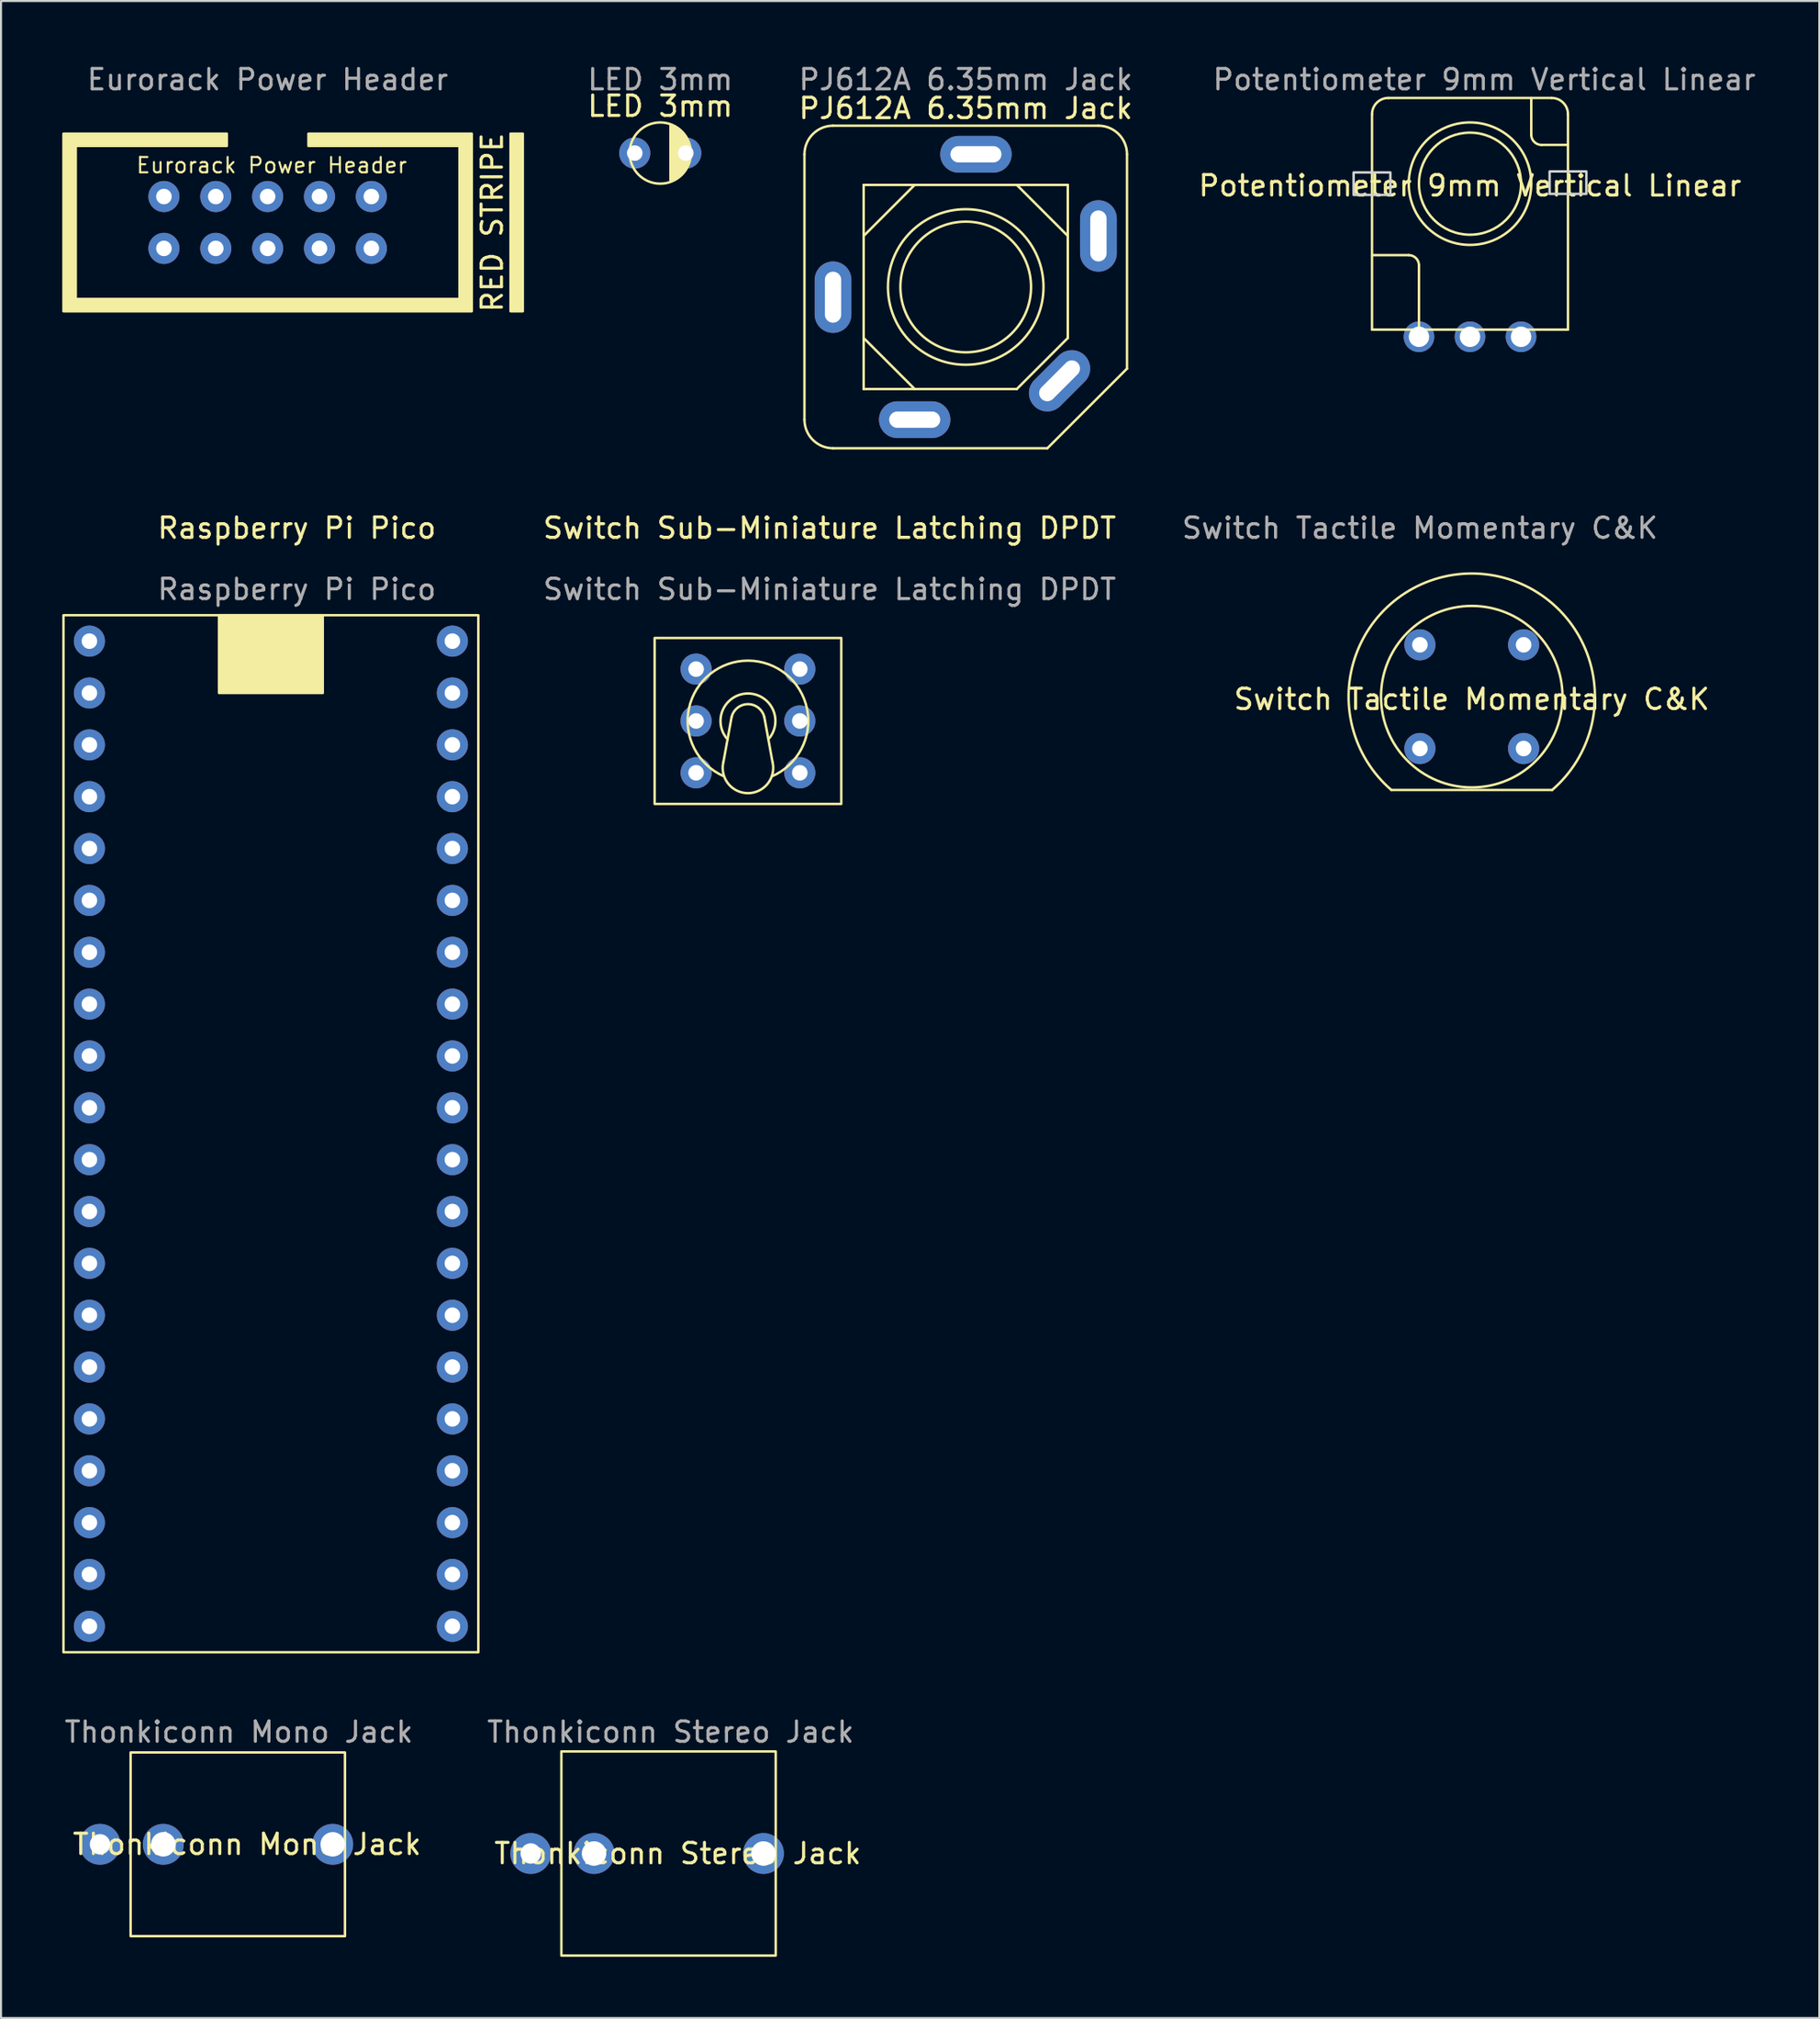
<source format=kicad_pcb>
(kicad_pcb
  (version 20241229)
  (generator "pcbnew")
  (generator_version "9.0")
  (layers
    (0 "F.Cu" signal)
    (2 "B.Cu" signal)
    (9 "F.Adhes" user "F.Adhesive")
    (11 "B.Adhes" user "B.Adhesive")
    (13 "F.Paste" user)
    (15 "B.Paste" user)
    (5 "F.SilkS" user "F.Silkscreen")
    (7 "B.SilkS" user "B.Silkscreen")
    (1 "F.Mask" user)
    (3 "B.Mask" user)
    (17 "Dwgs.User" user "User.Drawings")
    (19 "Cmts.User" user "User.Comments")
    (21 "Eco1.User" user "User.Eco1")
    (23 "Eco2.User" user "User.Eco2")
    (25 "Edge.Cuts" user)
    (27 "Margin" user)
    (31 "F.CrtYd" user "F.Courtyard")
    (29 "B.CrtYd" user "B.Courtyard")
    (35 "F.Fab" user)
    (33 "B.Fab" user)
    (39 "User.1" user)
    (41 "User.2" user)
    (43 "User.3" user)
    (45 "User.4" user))
  (footprint "PJ612A 6.35mm Jack"
    (layer "F.Cu")
    (at 44.257 11.008)
    (property "Reference" "PJ612A 6.35mm Jack" (at 0 -8.75 0) (unlocked yes) (layer "F.SilkS") (effects (font (size 1 1) (thickness 0.15))))
    (attr through_hole)
    (fp_line (start -7.9 6.5) (end -7.9 -6.5) (stroke (width 0.12) (type solid)) (layer "F.SilkS"))
    (fp_line (start -6.5 -7.9) (end 6.5 -7.9) (stroke (width 0.12) (type solid)) (layer "F.SilkS"))
    (fp_line (start -5 -5) (end 5 -5) (stroke (width 0.12) (type solid)) (layer "F.SilkS"))
    (fp_line (start -5 2.5) (end -2.5 5) (stroke (width 0.12) (type solid)) (layer "F.SilkS"))
    (fp_line (start -5 5) (end -5 -5) (stroke (width 0.12) (type solid)) (layer "F.SilkS"))
    (fp_line (start -2.5 -5) (end -5 -2.5) (stroke (width 0.12) (type solid)) (layer "F.SilkS"))
    (fp_line (start 2.5 5) (end -5 5) (stroke (width 0.12) (type solid)) (layer "F.SilkS"))
    (fp_line (start 4 7.9) (end -6.5 7.9) (stroke (width 0.12) (type solid)) (layer "F.SilkS"))
    (fp_line (start 5 -5) (end 5 -2.5) (stroke (width 0.12) (type solid)) (layer "F.SilkS"))
    (fp_line (start 5 -2.5) (end 2.5 -5) (stroke (width 0.12) (type solid)) (layer "F.SilkS"))
    (fp_line (start 5 -2.5) (end 5 2.5) (stroke (width 0.12) (type solid)) (layer "F.SilkS"))
    (fp_line (start 5 2.5) (end 2.5 5) (stroke (width 0.12) (type solid)) (layer "F.SilkS"))
    (fp_line (start 7.9 -6.5) (end 7.9 4) (stroke (width 0.12) (type solid)) (layer "F.SilkS"))
    (fp_line (start 7.9 4) (end 4 7.9) (stroke (width 0.12) (type solid)) (layer "F.SilkS"))
    (fp_arc (start -7.9 -6.5) (mid -7.489949 -7.489949) (end -6.5 -7.9) (stroke (width 0.12) (type solid)) (layer "F.SilkS"))
    (fp_arc (start -6.5 7.9) (mid -7.489949 7.489949) (end -7.9 6.5) (stroke (width 0.12) (type solid)) (layer "F.SilkS"))
    (fp_arc (start 6.5 -7.9) (mid 7.489949 -7.489949) (end 7.9 -6.5) (stroke (width 0.12) (type solid)) (layer "F.SilkS"))
    (fp_circle (center 0 0) (end 3.2 0) (stroke (width 0.12) (type solid)) (fill no) (layer "F.SilkS"))
    (fp_circle (center 0 0) (end 3.81 0) (stroke (width 0.12) (type solid)) (fill no) (layer "F.SilkS"))
    (fp_text user "${REFERENCE}" (at 0 -10.16 0) (unlocked yes) (layer "F.Fab") (effects (font (size 1 1) (thickness 0.15))))
    (pad "1" thru_hole oval (at 4.596 4.596 45) (size 3.5 1.8) (drill oval 2.5 0.8) (layers "*.Cu" "*.Mask"))
    (pad "2" thru_hole oval (at 0.5 -6.5) (size 3.5 1.8) (drill oval 2.5 0.8) (layers "*.Cu" "*.Mask"))
    (pad "3" thru_hole oval (at -6.5 0.5 90) (size 3.5 1.8) (drill oval 2.5 0.8) (layers "*.Cu" "*.Mask"))
    (pad "4" thru_hole oval (at 6.5 -2.5 90) (size 3.5 1.8) (drill oval 2.5 0.8) (layers "*.Cu" "*.Mask"))
    (pad "5" thru_hole oval (at -2.5 6.5) (size 3.5 1.8) (drill oval 2.5 0.8) (layers "*.Cu" "*.Mask")))
  (footprint "LED 3mm"
    (layer "F.Cu")
    (at 29.293 4.448)
    (property "Reference" "LED 3mm" (at 0 -2.3 0) (unlocked yes) (layer "F.SilkS") (effects (font (size 1 1) (thickness 0.15))))
    (attr through_hole)
    (fp_circle (center 0 0) (end 0 -1.5) (stroke (width 0.12) (type solid)) (fill no) (layer "F.SilkS"))
    (fp_poly (pts (xy 1.4 0.2) (xy 1.3 0.7) (xy 0.9 1.1) (xy 0.5 1.4) (xy 0.5 -1.4) (xy 0.8 -1.2) (xy 1.1 -0.9) (xy 1.4 -0.4)) (stroke (width 0.12) (type solid)) (fill yes) (layer "F.SilkS"))
    (fp_text user "${REFERENCE}" (at 0 -3.6 0) (unlocked yes) (layer "F.Fab") (effects (font (size 1 1) (thickness 0.15))))
    (pad "1" thru_hole circle (at -1.25 0) (size 1.524 1.524) (drill 0.762) (layers "*.Cu" "*.Mask"))
    (pad "2" thru_hole circle (at 1.25 0) (size 1.524 1.524) (drill 0.762) (layers "*.Cu" "*.Mask")))
  (footprint "Eurorack Power Header"
    (layer "F.Cu")
    (at 10.06 7.848)
    (property "Reference" "Eurorack Power Header" (at 0.2 -2.8 0) (unlocked yes) (layer "F.SilkS") (effects (font (size 0.75 0.75) (thickness 0.1))))
    (attr through_hole)
    (fp_rect (start 11.9 -4.35) (end 12.5 4.35) (stroke (width 0.12) (type solid)) (fill yes) (layer "F.SilkS"))
    (fp_poly (pts (xy -10 4.35) (xy 10 4.35) (xy 10 -4.35) (xy 2 -4.35) (xy 2 -3.75) (xy 9.4 -3.75) (xy 9.4 3.75) (xy -9.4 3.75) (xy -9.4 -3.75) (xy -2 -3.75) (xy -2 -4.35) (xy -10 -4.35)) (stroke (width 0.12) (type solid)) (fill yes) (layer "F.SilkS"))
    (fp_text user "RED STRIPE" (at 11 0 90) (unlocked yes) (layer "F.SilkS") (effects (font (size 1 1) (thickness 0.15))))
    (fp_text user "${REFERENCE}" (at 0 -7 0) (unlocked yes) (layer "F.Fab") (effects (font (size 1 1) (thickness 0.15))))
    (pad "1" thru_hole circle (at 5.08 -1.27) (size 1.524 1.524) (drill 0.762) (layers "*.Cu" "*.Mask"))
    (pad "2" thru_hole circle (at 5.08 1.27) (size 1.524 1.524) (drill 0.762) (layers "*.Cu" "*.Mask"))
    (pad "3" thru_hole circle (at 2.54 -1.27) (size 1.524 1.524) (drill 0.762) (layers "*.Cu" "*.Mask"))
    (pad "4" thru_hole circle (at 2.54 1.27) (size 1.524 1.524) (drill 0.762) (layers "*.Cu" "*.Mask"))
    (pad "5" thru_hole circle (at 0 -1.27) (size 1.524 1.524) (drill 0.762) (layers "*.Cu" "*.Mask"))
    (pad "6" thru_hole circle (at 0 1.27) (size 1.524 1.524) (drill 0.762) (layers "*.Cu" "*.Mask"))
    (pad "7" thru_hole circle (at -2.54 -1.27) (size 1.524 1.524) (drill 0.762) (layers "*.Cu" "*.Mask"))
    (pad "8" thru_hole circle (at -2.54 1.27) (size 1.524 1.524) (drill 0.762) (layers "*.Cu" "*.Mask"))
    (pad "9" thru_hole circle (at -5.08 -1.27) (size 1.524 1.524) (drill 0.762) (layers "*.Cu" "*.Mask"))
    (pad "10" thru_hole circle (at -5.08 1.27) (size 1.524 1.524) (drill 0.762) (layers "*.Cu" "*.Mask")))
  (footprint "Raspberry Pi Pico"
    (layer "F.Cu")
    (at 1.33 28.357)
    (property "Reference" "Raspberry Pi Pico" (at 10.16 -5.54 0) (unlocked yes) (layer "F.SilkS") (effects (font (size 1 1) (thickness 0.15))))
    (attr through_hole)
    (fp_rect (start -1.27 -1.27) (end 19.05 49.53) (stroke (width 0.12) (type solid)) (fill no) (layer "F.SilkS"))
    (fp_rect (start 6.35 -1.27) (end 11.43 2.54) (stroke (width 0.12) (type solid)) (fill yes) (layer "F.SilkS"))
    (fp_text user "${REFERENCE}" (at 10.16 -2.54 0) (unlocked yes) (layer "F.Fab") (effects (font (size 1 1) (thickness 0.15))))
    (pad "1" thru_hole circle (at 0 0) (size 1.524 1.524) (drill 0.762) (layers "*.Cu" "*.Mask"))
    (pad "2" thru_hole circle (at 0 2.54) (size 1.524 1.524) (drill 0.762) (layers "*.Cu" "*.Mask"))
    (pad "3" thru_hole circle (at 0 5.08) (size 1.524 1.524) (drill 0.762) (layers "*.Cu" "*.Mask"))
    (pad "4" thru_hole circle (at 0 7.62) (size 1.524 1.524) (drill 0.762) (layers "*.Cu" "*.Mask"))
    (pad "5" thru_hole circle (at 0 10.16) (size 1.524 1.524) (drill 0.762) (layers "*.Cu" "*.Mask"))
    (pad "6" thru_hole circle (at 0 12.7) (size 1.524 1.524) (drill 0.762) (layers "*.Cu" "*.Mask"))
    (pad "7" thru_hole circle (at 0 15.24) (size 1.524 1.524) (drill 0.762) (layers "*.Cu" "*.Mask"))
    (pad "8" thru_hole circle (at 0 17.78) (size 1.524 1.524) (drill 0.762) (layers "*.Cu" "*.Mask"))
    (pad "9" thru_hole circle (at 0 20.32) (size 1.524 1.524) (drill 0.762) (layers "*.Cu" "*.Mask"))
    (pad "10" thru_hole circle (at 0 22.86) (size 1.524 1.524) (drill 0.762) (layers "*.Cu" "*.Mask"))
    (pad "11" thru_hole circle (at 0 25.4) (size 1.524 1.524) (drill 0.762) (layers "*.Cu" "*.Mask"))
    (pad "12" thru_hole circle (at 0 27.94) (size 1.524 1.524) (drill 0.762) (layers "*.Cu" "*.Mask"))
    (pad "13" thru_hole circle (at 0 30.48) (size 1.524 1.524) (drill 0.762) (layers "*.Cu" "*.Mask"))
    (pad "14" thru_hole circle (at 0 33.02) (size 1.524 1.524) (drill 0.762) (layers "*.Cu" "*.Mask"))
    (pad "15" thru_hole circle (at 0 35.56) (size 1.524 1.524) (drill 0.762) (layers "*.Cu" "*.Mask"))
    (pad "16" thru_hole circle (at 0 38.1) (size 1.524 1.524) (drill 0.762) (layers "*.Cu" "*.Mask"))
    (pad "17" thru_hole circle (at 0 40.64) (size 1.524 1.524) (drill 0.762) (layers "*.Cu" "*.Mask"))
    (pad "18" thru_hole circle (at 0 43.18) (size 1.524 1.524) (drill 0.762) (layers "*.Cu" "*.Mask"))
    (pad "19" thru_hole circle (at 0 45.72) (size 1.524 1.524) (drill 0.762) (layers "*.Cu" "*.Mask"))
    (pad "20" thru_hole circle (at 0 48.26) (size 1.524 1.524) (drill 0.762) (layers "*.Cu" "*.Mask"))
    (pad "21" thru_hole circle (at 17.78 48.26) (size 1.524 1.524) (drill 0.762) (layers "*.Cu" "*.Mask"))
    (pad "22" thru_hole circle (at 17.78 45.72) (size 1.524 1.524) (drill 0.762) (layers "*.Cu" "*.Mask"))
    (pad "23" thru_hole circle (at 17.78 43.18) (size 1.524 1.524) (drill 0.762) (layers "*.Cu" "*.Mask"))
    (pad "24" thru_hole circle (at 17.78 40.64) (size 1.524 1.524) (drill 0.762) (layers "*.Cu" "*.Mask"))
    (pad "25" thru_hole circle (at 17.78 38.1) (size 1.524 1.524) (drill 0.762) (layers "*.Cu" "*.Mask"))
    (pad "26" thru_hole circle (at 17.78 35.56) (size 1.524 1.524) (drill 0.762) (layers "*.Cu" "*.Mask"))
    (pad "27" thru_hole circle (at 17.78 33.02) (size 1.524 1.524) (drill 0.762) (layers "*.Cu" "*.Mask"))
    (pad "28" thru_hole circle (at 17.78 30.48) (size 1.524 1.524) (drill 0.762) (layers "*.Cu" "*.Mask"))
    (pad "29" thru_hole circle (at 17.78 27.94) (size 1.524 1.524) (drill 0.762) (layers "*.Cu" "*.Mask"))
    (pad "30" thru_hole circle (at 17.78 25.4) (size 1.524 1.524) (drill 0.762) (layers "*.Cu" "*.Mask"))
    (pad "31" thru_hole circle (at 17.78 22.86) (size 1.524 1.524) (drill 0.762) (layers "*.Cu" "*.Mask"))
    (pad "32" thru_hole circle (at 17.78 20.32) (size 1.524 1.524) (drill 0.762) (layers "*.Cu" "*.Mask"))
    (pad "33" thru_hole circle (at 17.78 17.78) (size 1.524 1.524) (drill 0.762) (layers "*.Cu" "*.Mask"))
    (pad "34" thru_hole circle (at 17.78 15.24) (size 1.524 1.524) (drill 0.762) (layers "*.Cu" "*.Mask"))
    (pad "35" thru_hole circle (at 17.78 12.7) (size 1.524 1.524) (drill 0.762) (layers "*.Cu" "*.Mask"))
    (pad "36" thru_hole circle (at 17.78 10.16) (size 1.524 1.524) (drill 0.762) (layers "*.Cu" "*.Mask"))
    (pad "37" thru_hole circle (at 17.78 7.62) (size 1.524 1.524) (drill 0.762) (layers "*.Cu" "*.Mask"))
    (pad "38" thru_hole circle (at 17.78 5.08) (size 1.524 1.524) (drill 0.762) (layers "*.Cu" "*.Mask"))
    (pad "39" thru_hole circle (at 17.78 2.54) (size 1.524 1.524) (drill 0.762) (layers "*.Cu" "*.Mask"))
    (pad "40" thru_hole circle (at 17.78 0) (size 1.524 1.524) (drill 0.762) (layers "*.Cu" "*.Mask")))
  (footprint "Thonkiconn Stereo Jack"
    (layer "F.Cu")
    (at 28.949 87.745)
    (property "Reference" "Thonkiconn Stereo Jack" (at 1.2 0 0) (unlocked yes) (layer "F.SilkS") (effects (font (size 1 1) (thickness 0.15))))
    (attr through_hole)
    (fp_rect (start -4.5 5) (end 6 -5) (stroke (width 0.12) (type solid)) (fill no) (layer "F.SilkS"))
    (fp_text user "${REFERENCE}" (at 0.85 -5.95 0) (unlocked yes) (layer "F.Fab") (effects (font (size 1 1) (thickness 0.15))))
    (pad "1" thru_hole circle (at -6 0) (size 2 2) (drill 1) (layers "*.Cu" "*.Mask"))
    (pad "2" thru_hole circle (at -2.9 0) (size 2 2) (drill 1.2) (layers "*.Cu" "*.Mask"))
    (pad "3" thru_hole circle (at 5.4 0) (size 2 2) (drill 1.2) (layers "*.Cu" "*.Mask"))
    (zone (net_name "") (layer "F.Cu") (hatch edge 0.508) (connect_pads) (min_thickness 0.254) (filled_areas_thickness no) (keepout (tracks not_allowed) (vias not_allowed) (pads not_allowed) (copperpour not_allowed) (footprints allowed)) (placement (enabled no)) (fill) (polygon (pts (xy 30.449 89.245) (xy 27.449 89.245) (xy 27.449 86.245) (xy 30.449 86.245)))))
  (footprint "Switch Tactile Momentary C&K"
    (layer "F.Cu")
    (at 66.505 33.617)
    (property "Reference" "Switch Tactile Momentary C&K" (at 2.54 -2.413 0) (unlocked yes) (layer "F.SilkS") (effects (font (size 1 1) (thickness 0.15))))
    (attr through_hole)
    (fp_line (start -1.397 2.032) (end 6.477 2.032) (stroke (width 0.12) (type solid)) (layer "F.SilkS"))
    (fp_arc (start -1.397 2.032) (mid 2.54 -8.573503) (end 6.477 2.032) (stroke (width 0.12) (type solid)) (layer "F.SilkS"))
    (fp_circle (center 2.54 -2.54) (end 6.985 -2.54) (stroke (width 0.12) (type solid)) (fill no) (layer "F.SilkS"))
    (fp_text user "${REFERENCE}" (at 0 -10.8 0) (unlocked yes) (layer "F.Fab") (effects (font (size 1 1) (thickness 0.15))))
    (pad "1" thru_hole circle (at 0 0) (size 1.524 1.524) (drill 0.762) (layers "*.Cu" "*.Mask"))
    (pad "2" thru_hole circle (at 5.08 -5.08) (size 1.524 1.524) (drill 0.762) (layers "*.Cu" "*.Mask"))
    (pad "3" thru_hole circle (at 5.08 0) (size 1.524 1.524) (drill 0.762) (layers "*.Cu" "*.Mask"))
    (pad "4" thru_hole circle (at 0 -5.08) (size 1.524 1.524) (drill 0.762) (layers "*.Cu" "*.Mask")))
  (footprint "Thonkiconn Mono Jack"
    (layer "F.Cu")
    (at 7.849 87.295)
    (property "Reference" "Thonkiconn Mono Jack" (at 1.2 0 0) (unlocked yes) (layer "F.SilkS") (effects (font (size 1 1) (thickness 0.15))))
    (attr through_hole)
    (fp_rect (start -4.5 4.5) (end 6 -4.5) (stroke (width 0.12) (type solid)) (fill no) (layer "F.SilkS"))
    (fp_text user "${REFERENCE}" (at 0.8 -5.5 0) (unlocked yes) (layer "F.Fab") (effects (font (size 1 1) (thickness 0.15))))
    (pad "1" thru_hole circle (at -6 0) (size 2 2) (drill 1) (layers "*.Cu" "*.Mask"))
    (pad "2" thru_hole circle (at -2.9 0) (size 2 2) (drill 1.2) (layers "*.Cu" "*.Mask"))
    (pad "3" thru_hole circle (at 5.4 0) (size 2 2) (drill 1.2) (layers "*.Cu" "*.Mask"))
    (zone (net_name "") (layer "F.Cu") (hatch edge 0.508) (connect_pads) (min_thickness 0.254) (filled_areas_thickness no) (keepout (tracks not_allowed) (vias not_allowed) (pads not_allowed) (copperpour not_allowed) (footprints allowed)) (placement (enabled no)) (fill) (polygon (pts (xy 9.349 88.795) (xy 6.349 88.795) (xy 6.349 85.795) (xy 9.349 85.795)))))
  (footprint "Switch Sub-Miniature Latching DPDT"
    (layer "F.Cu")
    (at 33.589 32.267)
    (property "Reference" "Switch Sub-Miniature Latching DPDT" (at 4 -9.45 0) (unlocked yes) (layer "F.SilkS") (effects (font (size 1 1) (thickness 0.15))))
    (attr through_hole)
    (fp_line (start -0.8 -0.2) (end -1.2 2) (stroke (width 0.12) (type solid)) (layer "F.SilkS"))
    (fp_line (start 0.8 -0.2) (end 1.2 2) (stroke (width 0.12) (type solid)) (layer "F.SilkS"))
    (fp_rect (start -4.57 4.065) (end 4.57 -4.065) (stroke (width 0.12) (type solid)) (fill no) (layer "F.SilkS"))
    (fp_arc (start -1.2 2.7) (mid 0.019697 -2.954592) (end 1.163896 2.715758) (stroke (width 0.12) (type solid)) (layer "F.SilkS"))
    (fp_arc (start -0.999999 0.9) (mid 0 -1.345362) (end 0.999999 0.9) (stroke (width 0.12) (type solid)) (layer "F.SilkS"))
    (fp_arc (start -0.8 -0.2) (mid 0 -0.824621) (end 0.8 -0.2) (stroke (width 0.12) (type solid)) (layer "F.SilkS"))
    (fp_arc (start 1.199999 2) (mid 0 3.536931) (end -1.199999 2) (stroke (width 0.12) (type solid)) (layer "F.SilkS"))
    (fp_text user "${REFERENCE}" (at 4 -6.45 0) (unlocked yes) (layer "F.Fab") (effects (font (size 1 1) (thickness 0.15))))
    (pad "1" thru_hole circle (at 2.54 2.54) (size 1.524 1.524) (drill 0.762) (layers "*.Cu" "*.Mask"))
    (pad "2" thru_hole circle (at 2.54 0) (size 1.524 1.524) (drill 0.762) (layers "*.Cu" "*.Mask"))
    (pad "3" thru_hole circle (at 2.54 -2.54) (size 1.524 1.524) (drill 0.762) (layers "*.Cu" "*.Mask"))
    (pad "4" thru_hole circle (at -2.54 2.54) (size 1.524 1.524) (drill 0.762) (layers "*.Cu" "*.Mask"))
    (pad "5" thru_hole circle (at -2.54 0) (size 1.524 1.524) (drill 0.762) (layers "*.Cu" "*.Mask"))
    (pad "6" thru_hole circle (at -2.54 -2.54) (size 1.524 1.524) (drill 0.762) (layers "*.Cu" "*.Mask")))
  (footprint "Potentiometer 9mm Vertical Linear"
    (layer "F.Cu")
    (at 68.959 5.948)
    (property "Reference" "Potentiometer 9mm Vertical Linear" (at 0 0.1 0) (unlocked yes) (layer "F.SilkS") (effects (font (size 1 1) (thickness 0.15))))
    (attr through_hole)
    (fp_line (start -4.8 7.15) (end -4.8 -3.4) (stroke (width 0.12) (type solid)) (layer "F.SilkS"))
    (fp_line (start -3 3.5) (end -4.8 3.5) (stroke (width 0.12) (type solid)) (layer "F.SilkS"))
    (fp_line (start -2.5 7.2) (end -2.5 4) (stroke (width 0.12) (type solid)) (layer "F.SilkS"))
    (fp_line (start 3 -4.2) (end 3 -2.4) (stroke (width 0.12) (type solid)) (layer "F.SilkS"))
    (fp_line (start 3.5 -1.9) (end 4.8 -1.9) (stroke (width 0.12) (type solid)) (layer "F.SilkS"))
    (fp_line (start 4 -4.2) (end -4 -4.2) (stroke (width 0.12) (type solid)) (layer "F.SilkS"))
    (fp_line (start 4.8 -3.4) (end 4.8 7.15) (stroke (width 0.12) (type solid)) (layer "F.SilkS"))
    (fp_line (start 4.8 7.15) (end -4.8 7.15) (stroke (width 0.12) (type solid)) (layer "F.SilkS"))
    (fp_arc (start -4.8 -3.4) (mid -4.565685 -3.965685) (end -4 -4.2) (stroke (width 0.12) (type solid)) (layer "F.SilkS"))
    (fp_arc (start -3 3.5) (mid -2.646447 3.646447) (end -2.5 4) (stroke (width 0.12) (type solid)) (layer "F.SilkS"))
    (fp_arc (start 3.5 -1.9) (mid 3.146447 -2.046447) (end 3 -2.4) (stroke (width 0.12) (type solid)) (layer "F.SilkS"))
    (fp_arc (start 4 -4.2) (mid 4.565685 -3.965685) (end 4.8 -3.4) (stroke (width 0.12) (type solid)) (layer "F.SilkS"))
    (fp_circle (center 0 0) (end 2.5 0) (stroke (width 0.12) (type solid)) (fill no) (layer "F.SilkS"))
    (fp_circle (center 0 0) (end 3 0) (stroke (width 0.12) (type solid)) (fill no) (layer "F.SilkS"))
    (fp_rect (start -5.7 0.55) (end -3.9 -0.55) (stroke (width 0.12) (type solid)) (fill no) (layer "Edge.Cuts"))
    (fp_rect (start 3.9 0.5) (end 5.7 -0.6) (stroke (width 0.12) (type solid)) (fill no) (layer "Edge.Cuts"))
    (fp_text user "${REFERENCE}" (at 0.7 -5.1 0) (unlocked yes) (layer "F.Fab") (effects (font (size 1 1) (thickness 0.15))))
    (pad "1" thru_hole circle (at -2.5 7.5) (size 1.5 1.5) (drill 1) (layers "*.Cu" "*.Mask"))
    (pad "2" thru_hole circle (at 0 7.5) (size 1.5 1.5) (drill 1) (layers "*.Cu" "*.Mask"))
    (pad "3" thru_hole circle (at 2.5 7.5) (size 1.5 1.5) (drill 1) (layers "*.Cu" "*.Mask")))
  (gr_rect
    (start -3 -3)
    (end 86.07 95.805)
    (stroke (width 0.1) (type default))
    (fill no)
    (layer "Edge.Cuts")))
</source>
